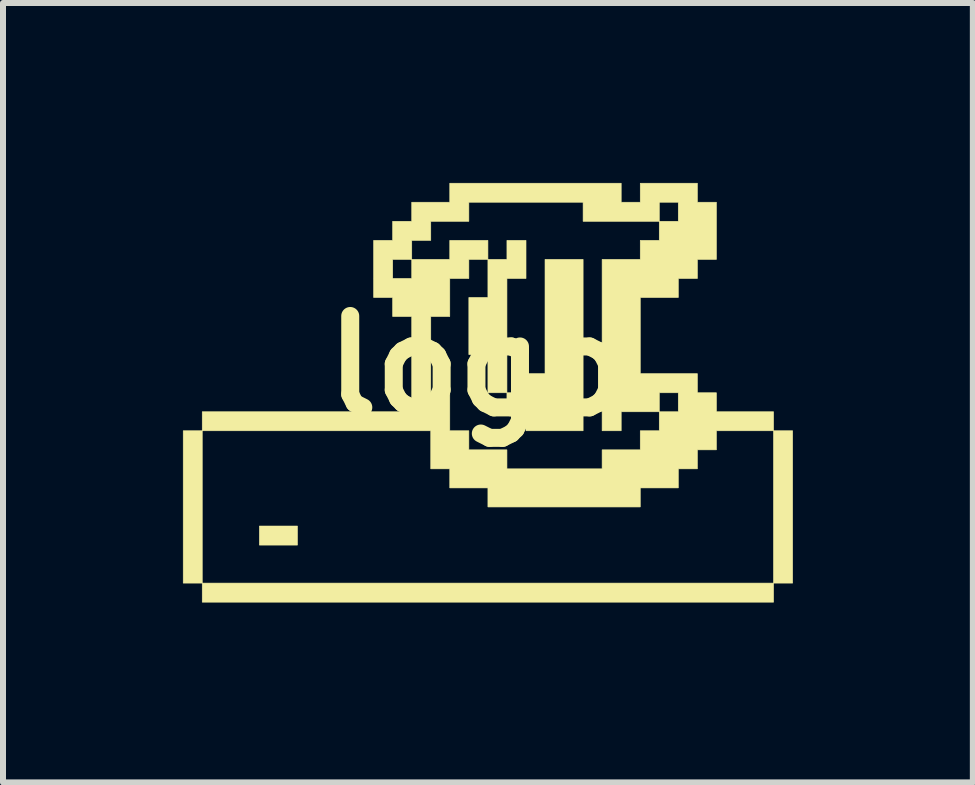
<source format=kicad_pcb>
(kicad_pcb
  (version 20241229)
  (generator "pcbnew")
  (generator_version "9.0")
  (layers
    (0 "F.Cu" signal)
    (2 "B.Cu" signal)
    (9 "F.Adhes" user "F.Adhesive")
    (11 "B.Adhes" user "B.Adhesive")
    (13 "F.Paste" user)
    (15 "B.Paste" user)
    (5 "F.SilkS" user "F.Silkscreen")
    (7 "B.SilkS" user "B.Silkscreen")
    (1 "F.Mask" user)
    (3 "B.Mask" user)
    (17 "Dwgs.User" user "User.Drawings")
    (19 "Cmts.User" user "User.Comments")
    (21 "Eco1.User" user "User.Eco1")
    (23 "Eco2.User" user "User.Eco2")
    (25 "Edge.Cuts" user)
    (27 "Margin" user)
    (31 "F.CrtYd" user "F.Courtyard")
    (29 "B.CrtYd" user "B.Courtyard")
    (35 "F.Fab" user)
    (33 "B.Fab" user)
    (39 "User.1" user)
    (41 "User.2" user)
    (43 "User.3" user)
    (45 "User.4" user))
  (footprint "logo"
    (layer "F.Cu")
    (at 4.894 3.053)
    (property "Reference" "logo" (at 0 0 0) (layer "F.SilkS") (effects (font (size 1.524 1.524) (thickness 0.3))))
    (attr through_hole)
    (fp_poly (pts (xy -2.985 2.985) (xy -3.619 2.985) (xy -3.619 2.667) (xy -2.985 2.667) (xy -2.985 2.985)) (stroke (width 0.01) (type solid)) (fill yes) (layer "F.SilkS"))
    (fp_poly (pts (xy 1.778 1.079) (xy 0.826 1.079) (xy 0.826 0.762) (xy 0.508 0.762) (xy 0.508 0.445) (xy 0.826 0.445) (xy 0.826 0.127) (xy 1.143 0.127) (xy 1.143 -1.778) (xy 1.778 -1.778) (xy 1.778 1.079)) (stroke (width 0.01) (type solid)) (fill yes) (layer "F.SilkS"))
    (fp_poly (pts (xy 0.826 -1.46) (xy 0.508 -1.46) (xy 0.508 0.445) (xy 0.191 0.445) (xy 0.191 -0.191) (xy -0.127 -0.191) (xy -0.127 -1.143) (xy 0.191 -1.143) (xy 0.191 -1.778) (xy 0.508 -1.778) (xy 0.508 -2.095) (xy 0.826 -2.095) (xy 0.826 -1.46)) (stroke (width 0.01) (type solid)) (fill yes) (layer "F.SilkS"))
    (fp_poly (pts (xy 5.271 1.079) (xy 5.271 3.619) (xy 4.953 3.619) (xy 4.953 3.937) (xy -4.572 3.937) (xy -4.572 3.619) (xy -4.889 3.619) (xy -4.889 1.079) (xy -4.572 1.079) (xy -4.572 3.619) (xy 4.953 3.619) (xy 4.953 1.079) (xy 4 1.079) (xy 4 1.397) (xy 3.683 1.397) (xy 3.683 1.714) (xy 3.365 1.714) (xy 3.365 2.032) (xy 2.731 2.032) (xy 2.731 2.349) (xy 0.191 2.349) (xy 0.191 2.032) (xy -0.445 2.032) (xy -0.445 1.714) (xy -0.762 1.714) (xy -0.762 1.079) (xy -4.572 1.079) (xy -4.572 0.762) (xy -1.079 0.762) (xy -1.079 -0.826) (xy -1.397 -0.826) (xy -1.397 -1.143) (xy -1.714 -1.143) (xy -1.714 -1.778) (xy -1.397 -1.778) (xy -1.397 -1.46) (xy -1.079 -1.46) (xy -1.079 -1.778) (xy -1.397 -1.778) (xy -1.714 -1.778) (xy -1.714 -2.095) (xy -1.397 -2.095) (xy -1.079 -2.095) (xy -1.079 -1.778) (xy -0.445 -1.778) (xy -0.445 -2.095) (xy 0.191 -2.095) (xy 0.191 -1.778) (xy -0.127 -1.778) (xy -0.127 -1.46) (xy -0.445 -1.46) (xy -0.445 -0.826) (xy -0.762 -0.826) (xy -0.762 0.445) (xy -0.445 0.445) (xy -0.445 1.079) (xy -0.127 1.079) (xy -0.127 1.397) (xy 0.508 1.397) (xy 0.508 1.714) (xy 2.095 1.714) (xy 2.095 1.397) (xy 2.731 1.397) (xy 2.731 1.079) (xy 3.048 1.079) (xy 3.048 0.762) (xy 2.413 0.762) (xy 2.413 1.079) (xy 2.095 1.079) (xy 2.095 0.445) (xy 3.048 0.445) (xy 3.048 0.762) (xy 3.365 0.762) (xy 3.365 0.445) (xy 3.048 0.445) (xy 2.095 0.445) (xy 2.095 -1.778) (xy 2.731 -1.778) (xy 2.731 -2.095) (xy 3.048 -2.095) (xy 3.048 -2.413) (xy 1.778 -2.413) (xy 1.778 -2.731) (xy -0.127 -2.731) (xy -0.127 -2.413) (xy -0.762 -2.413) (xy -0.762 -2.095) (xy -1.079 -2.095) (xy -1.397 -2.095) (xy -1.397 -2.413) (xy -1.079 -2.413) (xy -1.079 -2.731) (xy -0.445 -2.731) (xy -0.445 -3.048) (xy 2.413 -3.048) (xy 2.413 -2.731) (xy 2.731 -2.731) (xy 3.048 -2.731) (xy 3.048 -2.413) (xy 3.365 -2.413) (xy 3.365 -2.731) (xy 3.048 -2.731) (xy 2.731 -2.731) (xy 2.731 -3.048) (xy 3.683 -3.048) (xy 3.683 -2.731) (xy 4 -2.731) (xy 4 -1.778) (xy 3.683 -1.778) (xy 3.683 -1.46) (xy 3.365 -1.46) (xy 3.365 -1.143) (xy 2.731 -1.143) (xy 2.731 0.127) (xy 3.683 0.127) (xy 3.683 0.445) (xy 4 0.445) (xy 4 0.762) (xy 4.953 0.762) (xy 4.953 1.079) (xy 5.271 1.079)) (stroke (width 0.01) (type solid)) (fill yes) (layer "F.SilkS")))
  (gr_rect
    (start -3 -3)
    (end 13.17 9.995)
    (stroke (width 0.1) (type default))
    (fill no)
    (layer "Edge.Cuts")))
</source>
